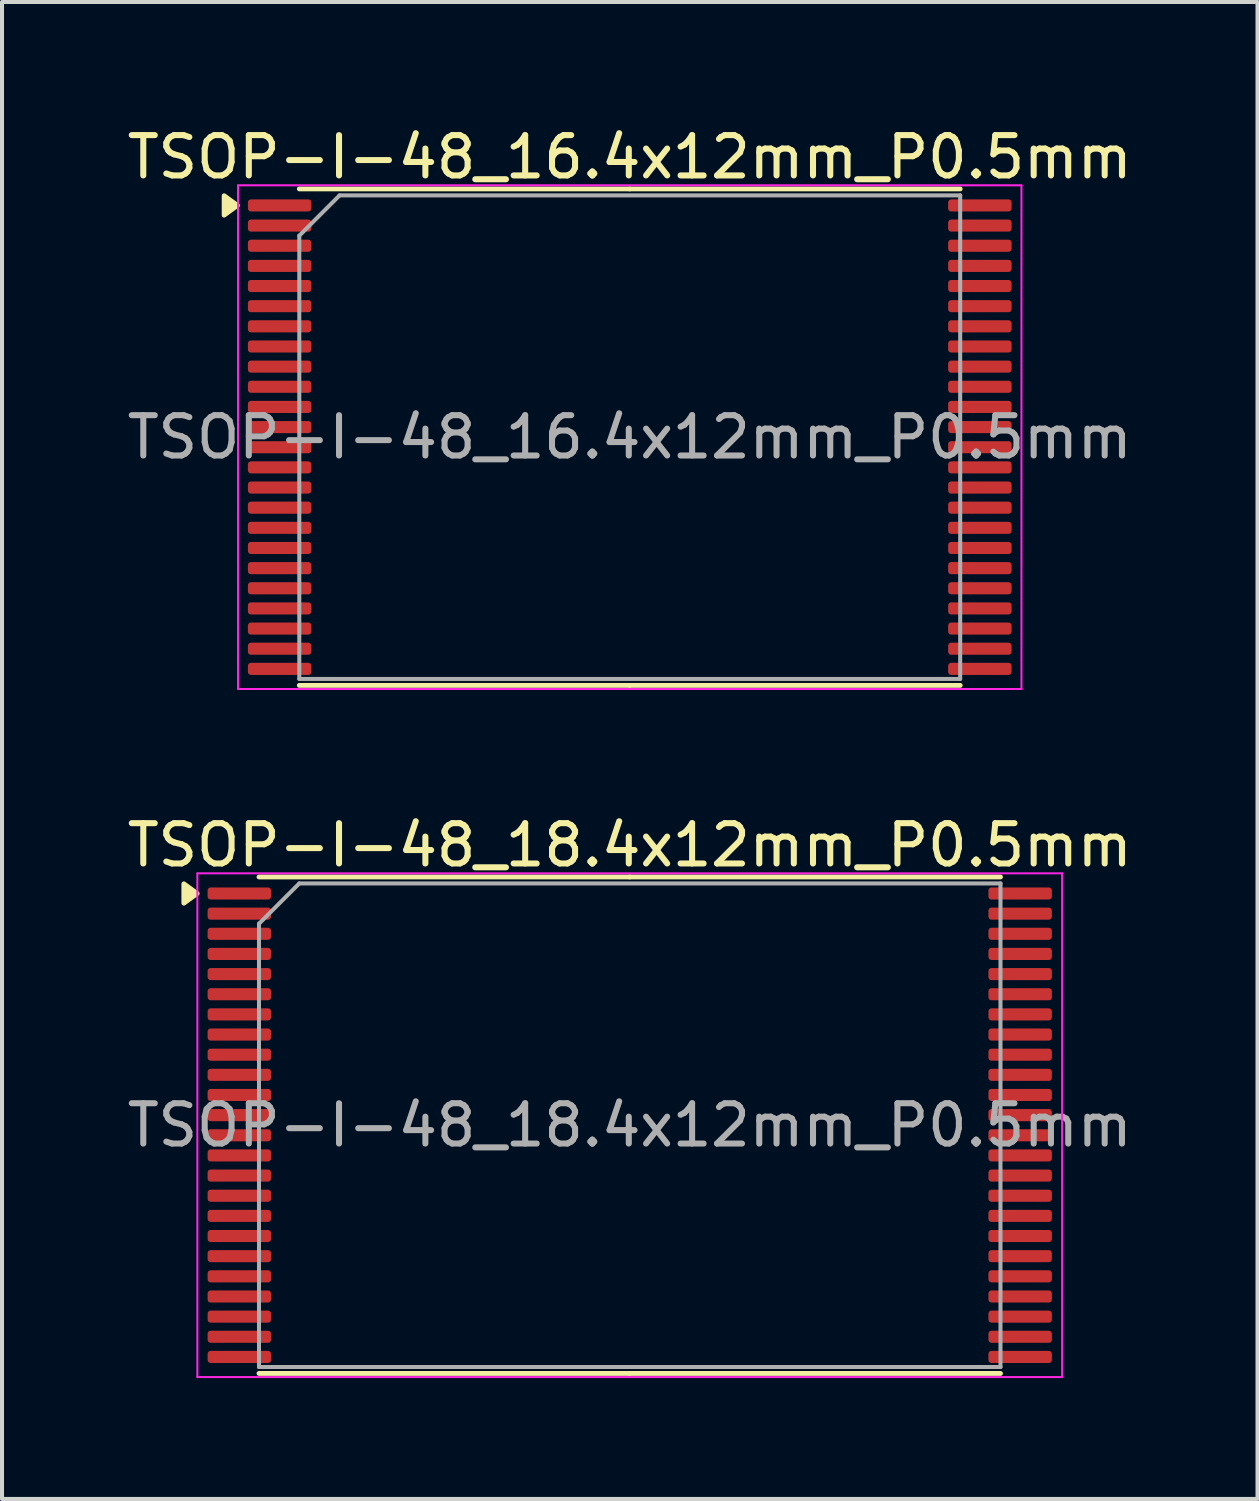
<source format=kicad_pcb>
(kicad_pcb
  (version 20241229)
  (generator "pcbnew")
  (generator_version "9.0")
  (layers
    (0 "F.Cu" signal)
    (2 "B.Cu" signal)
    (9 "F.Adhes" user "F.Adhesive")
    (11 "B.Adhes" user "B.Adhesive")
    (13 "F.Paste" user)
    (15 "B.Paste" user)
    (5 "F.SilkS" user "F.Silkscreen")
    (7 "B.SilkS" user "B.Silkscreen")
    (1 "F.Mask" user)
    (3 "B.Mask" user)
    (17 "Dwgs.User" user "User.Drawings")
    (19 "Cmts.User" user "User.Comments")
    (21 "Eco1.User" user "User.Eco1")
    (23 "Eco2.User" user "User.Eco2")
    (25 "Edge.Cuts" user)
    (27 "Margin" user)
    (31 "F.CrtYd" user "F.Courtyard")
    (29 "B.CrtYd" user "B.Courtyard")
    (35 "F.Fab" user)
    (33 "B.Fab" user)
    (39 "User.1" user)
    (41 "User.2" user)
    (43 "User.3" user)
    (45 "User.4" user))
  (footprint "TSOP-I-48_16.4x12mm_P0.5mm"
    (layer "F.Cu")
    (at 12.577 7.798)
    (property "Reference" "TSOP-I-48_16.4x12mm_P0.5mm" (at 0 -6.95 0) (layer "F.SilkS") (effects (font (size 1 1) (thickness 0.15))))
    (attr smd)
    (fp_line (start 0 -6.16) (end -8.2 -6.16) (stroke (width 0.12) (type solid)) (layer "F.SilkS"))
    (fp_line (start 0 -6.16) (end 8.2 -6.16) (stroke (width 0.12) (type solid)) (layer "F.SilkS"))
    (fp_line (start 0 6.16) (end -8.2 6.16) (stroke (width 0.12) (type solid)) (layer "F.SilkS"))
    (fp_line (start 0 6.16) (end 8.2 6.16) (stroke (width 0.12) (type solid)) (layer "F.SilkS"))
    (fp_poly (pts (xy -9.735 -5.75) (xy -10.065 -5.99) (xy -10.065 -5.51) (xy -9.735 -5.75)) (stroke (width 0.12) (type solid)) (fill yes) (layer "F.SilkS"))
    (fp_line (start -9.72 -6.25) (end -9.72 6.25) (stroke (width 0.05) (type solid)) (layer "F.CrtYd"))
    (fp_line (start -9.72 6.25) (end 9.72 6.25) (stroke (width 0.05) (type solid)) (layer "F.CrtYd"))
    (fp_line (start 9.72 -6.25) (end -9.72 -6.25) (stroke (width 0.05) (type solid)) (layer "F.CrtYd"))
    (fp_line (start 9.72 6.25) (end 9.72 -6.25) (stroke (width 0.05) (type solid)) (layer "F.CrtYd"))
    (fp_line (start -8.2 -5) (end -7.2 -6) (stroke (width 0.1) (type solid)) (layer "F.Fab"))
    (fp_line (start -8.2 6) (end -8.2 -5) (stroke (width 0.1) (type solid)) (layer "F.Fab"))
    (fp_line (start -7.2 -6) (end 8.2 -6) (stroke (width 0.1) (type solid)) (layer "F.Fab"))
    (fp_line (start 8.2 -6) (end 8.2 6) (stroke (width 0.1) (type solid)) (layer "F.Fab"))
    (fp_line (start 8.2 6) (end -8.2 6) (stroke (width 0.1) (type solid)) (layer "F.Fab"))
    (fp_text user "${REFERENCE}" (at 0 0 0) (layer "F.Fab") (effects (font (size 1 1) (thickness 0.15))))
    (pad "1" smd roundrect (at -8.688 -5.75) (size 1.575 0.3) (layers "F.Cu" "F.Mask" "F.Paste") (roundrect_rratio 0.25))
    (pad "2" smd roundrect (at -8.688 -5.25) (size 1.575 0.3) (layers "F.Cu" "F.Mask" "F.Paste") (roundrect_rratio 0.25))
    (pad "3" smd roundrect (at -8.688 -4.75) (size 1.575 0.3) (layers "F.Cu" "F.Mask" "F.Paste") (roundrect_rratio 0.25))
    (pad "4" smd roundrect (at -8.688 -4.25) (size 1.575 0.3) (layers "F.Cu" "F.Mask" "F.Paste") (roundrect_rratio 0.25))
    (pad "5" smd roundrect (at -8.688 -3.75) (size 1.575 0.3) (layers "F.Cu" "F.Mask" "F.Paste") (roundrect_rratio 0.25))
    (pad "6" smd roundrect (at -8.688 -3.25) (size 1.575 0.3) (layers "F.Cu" "F.Mask" "F.Paste") (roundrect_rratio 0.25))
    (pad "7" smd roundrect (at -8.688 -2.75) (size 1.575 0.3) (layers "F.Cu" "F.Mask" "F.Paste") (roundrect_rratio 0.25))
    (pad "8" smd roundrect (at -8.688 -2.25) (size 1.575 0.3) (layers "F.Cu" "F.Mask" "F.Paste") (roundrect_rratio 0.25))
    (pad "9" smd roundrect (at -8.688 -1.75) (size 1.575 0.3) (layers "F.Cu" "F.Mask" "F.Paste") (roundrect_rratio 0.25))
    (pad "10" smd roundrect (at -8.688 -1.25) (size 1.575 0.3) (layers "F.Cu" "F.Mask" "F.Paste") (roundrect_rratio 0.25))
    (pad "11" smd roundrect (at -8.688 -0.75) (size 1.575 0.3) (layers "F.Cu" "F.Mask" "F.Paste") (roundrect_rratio 0.25))
    (pad "12" smd roundrect (at -8.688 -0.25) (size 1.575 0.3) (layers "F.Cu" "F.Mask" "F.Paste") (roundrect_rratio 0.25))
    (pad "13" smd roundrect (at -8.688 0.25) (size 1.575 0.3) (layers "F.Cu" "F.Mask" "F.Paste") (roundrect_rratio 0.25))
    (pad "14" smd roundrect (at -8.688 0.75) (size 1.575 0.3) (layers "F.Cu" "F.Mask" "F.Paste") (roundrect_rratio 0.25))
    (pad "15" smd roundrect (at -8.688 1.25) (size 1.575 0.3) (layers "F.Cu" "F.Mask" "F.Paste") (roundrect_rratio 0.25))
    (pad "16" smd roundrect (at -8.688 1.75) (size 1.575 0.3) (layers "F.Cu" "F.Mask" "F.Paste") (roundrect_rratio 0.25))
    (pad "17" smd roundrect (at -8.688 2.25) (size 1.575 0.3) (layers "F.Cu" "F.Mask" "F.Paste") (roundrect_rratio 0.25))
    (pad "18" smd roundrect (at -8.688 2.75) (size 1.575 0.3) (layers "F.Cu" "F.Mask" "F.Paste") (roundrect_rratio 0.25))
    (pad "19" smd roundrect (at -8.688 3.25) (size 1.575 0.3) (layers "F.Cu" "F.Mask" "F.Paste") (roundrect_rratio 0.25))
    (pad "20" smd roundrect (at -8.688 3.75) (size 1.575 0.3) (layers "F.Cu" "F.Mask" "F.Paste") (roundrect_rratio 0.25))
    (pad "21" smd roundrect (at -8.688 4.25) (size 1.575 0.3) (layers "F.Cu" "F.Mask" "F.Paste") (roundrect_rratio 0.25))
    (pad "22" smd roundrect (at -8.688 4.75) (size 1.575 0.3) (layers "F.Cu" "F.Mask" "F.Paste") (roundrect_rratio 0.25))
    (pad "23" smd roundrect (at -8.688 5.25) (size 1.575 0.3) (layers "F.Cu" "F.Mask" "F.Paste") (roundrect_rratio 0.25))
    (pad "24" smd roundrect (at -8.688 5.75) (size 1.575 0.3) (layers "F.Cu" "F.Mask" "F.Paste") (roundrect_rratio 0.25))
    (pad "25" smd roundrect (at 8.688 5.75) (size 1.575 0.3) (layers "F.Cu" "F.Mask" "F.Paste") (roundrect_rratio 0.25))
    (pad "26" smd roundrect (at 8.688 5.25) (size 1.575 0.3) (layers "F.Cu" "F.Mask" "F.Paste") (roundrect_rratio 0.25))
    (pad "27" smd roundrect (at 8.688 4.75) (size 1.575 0.3) (layers "F.Cu" "F.Mask" "F.Paste") (roundrect_rratio 0.25))
    (pad "28" smd roundrect (at 8.688 4.25) (size 1.575 0.3) (layers "F.Cu" "F.Mask" "F.Paste") (roundrect_rratio 0.25))
    (pad "29" smd roundrect (at 8.688 3.75) (size 1.575 0.3) (layers "F.Cu" "F.Mask" "F.Paste") (roundrect_rratio 0.25))
    (pad "30" smd roundrect (at 8.688 3.25) (size 1.575 0.3) (layers "F.Cu" "F.Mask" "F.Paste") (roundrect_rratio 0.25))
    (pad "31" smd roundrect (at 8.688 2.75) (size 1.575 0.3) (layers "F.Cu" "F.Mask" "F.Paste") (roundrect_rratio 0.25))
    (pad "32" smd roundrect (at 8.688 2.25) (size 1.575 0.3) (layers "F.Cu" "F.Mask" "F.Paste") (roundrect_rratio 0.25))
    (pad "33" smd roundrect (at 8.688 1.75) (size 1.575 0.3) (layers "F.Cu" "F.Mask" "F.Paste") (roundrect_rratio 0.25))
    (pad "34" smd roundrect (at 8.688 1.25) (size 1.575 0.3) (layers "F.Cu" "F.Mask" "F.Paste") (roundrect_rratio 0.25))
    (pad "35" smd roundrect (at 8.688 0.75) (size 1.575 0.3) (layers "F.Cu" "F.Mask" "F.Paste") (roundrect_rratio 0.25))
    (pad "36" smd roundrect (at 8.688 0.25) (size 1.575 0.3) (layers "F.Cu" "F.Mask" "F.Paste") (roundrect_rratio 0.25))
    (pad "37" smd roundrect (at 8.688 -0.25) (size 1.575 0.3) (layers "F.Cu" "F.Mask" "F.Paste") (roundrect_rratio 0.25))
    (pad "38" smd roundrect (at 8.688 -0.75) (size 1.575 0.3) (layers "F.Cu" "F.Mask" "F.Paste") (roundrect_rratio 0.25))
    (pad "39" smd roundrect (at 8.688 -1.25) (size 1.575 0.3) (layers "F.Cu" "F.Mask" "F.Paste") (roundrect_rratio 0.25))
    (pad "40" smd roundrect (at 8.688 -1.75) (size 1.575 0.3) (layers "F.Cu" "F.Mask" "F.Paste") (roundrect_rratio 0.25))
    (pad "41" smd roundrect (at 8.688 -2.25) (size 1.575 0.3) (layers "F.Cu" "F.Mask" "F.Paste") (roundrect_rratio 0.25))
    (pad "42" smd roundrect (at 8.688 -2.75) (size 1.575 0.3) (layers "F.Cu" "F.Mask" "F.Paste") (roundrect_rratio 0.25))
    (pad "43" smd roundrect (at 8.688 -3.25) (size 1.575 0.3) (layers "F.Cu" "F.Mask" "F.Paste") (roundrect_rratio 0.25))
    (pad "44" smd roundrect (at 8.688 -3.75) (size 1.575 0.3) (layers "F.Cu" "F.Mask" "F.Paste") (roundrect_rratio 0.25))
    (pad "45" smd roundrect (at 8.688 -4.25) (size 1.575 0.3) (layers "F.Cu" "F.Mask" "F.Paste") (roundrect_rratio 0.25))
    (pad "46" smd roundrect (at 8.688 -4.75) (size 1.575 0.3) (layers "F.Cu" "F.Mask" "F.Paste") (roundrect_rratio 0.25))
    (pad "47" smd roundrect (at 8.688 -5.25) (size 1.575 0.3) (layers "F.Cu" "F.Mask" "F.Paste") (roundrect_rratio 0.25))
    (pad "48" smd roundrect (at 8.688 -5.75) (size 1.575 0.3) (layers "F.Cu" "F.Mask" "F.Paste") (roundrect_rratio 0.25)))
  (footprint "TSOP-I-48_18.4x12mm_P0.5mm"
    (layer "F.Cu")
    (at 12.577 24.872)
    (property "Reference" "TSOP-I-48_18.4x12mm_P0.5mm" (at 0 -6.95 0) (layer "F.SilkS") (effects (font (size 1 1) (thickness 0.15))))
    (attr smd)
    (fp_line (start 0 -6.16) (end -9.2 -6.16) (stroke (width 0.12) (type solid)) (layer "F.SilkS"))
    (fp_line (start 0 -6.16) (end 9.2 -6.16) (stroke (width 0.12) (type solid)) (layer "F.SilkS"))
    (fp_line (start 0 6.16) (end -9.2 6.16) (stroke (width 0.12) (type solid)) (layer "F.SilkS"))
    (fp_line (start 0 6.16) (end 9.2 6.16) (stroke (width 0.12) (type solid)) (layer "F.SilkS"))
    (fp_poly (pts (xy -10.735 -5.75) (xy -11.065 -5.99) (xy -11.065 -5.51) (xy -10.735 -5.75)) (stroke (width 0.12) (type solid)) (fill yes) (layer "F.SilkS"))
    (fp_line (start -10.73 -6.25) (end -10.73 6.25) (stroke (width 0.05) (type solid)) (layer "F.CrtYd"))
    (fp_line (start -10.73 6.25) (end 10.73 6.25) (stroke (width 0.05) (type solid)) (layer "F.CrtYd"))
    (fp_line (start 10.73 -6.25) (end -10.73 -6.25) (stroke (width 0.05) (type solid)) (layer "F.CrtYd"))
    (fp_line (start 10.73 6.25) (end 10.73 -6.25) (stroke (width 0.05) (type solid)) (layer "F.CrtYd"))
    (fp_line (start -9.2 -5) (end -8.2 -6) (stroke (width 0.1) (type solid)) (layer "F.Fab"))
    (fp_line (start -9.2 6) (end -9.2 -5) (stroke (width 0.1) (type solid)) (layer "F.Fab"))
    (fp_line (start -8.2 -6) (end 9.2 -6) (stroke (width 0.1) (type solid)) (layer "F.Fab"))
    (fp_line (start 9.2 -6) (end 9.2 6) (stroke (width 0.1) (type solid)) (layer "F.Fab"))
    (fp_line (start 9.2 6) (end -9.2 6) (stroke (width 0.1) (type solid)) (layer "F.Fab"))
    (fp_text user "${REFERENCE}" (at 0 0 0) (layer "F.Fab") (effects (font (size 1 1) (thickness 0.15))))
    (pad "1" smd roundrect (at -9.688 -5.75) (size 1.575 0.3) (layers "F.Cu" "F.Mask" "F.Paste") (roundrect_rratio 0.25))
    (pad "2" smd roundrect (at -9.688 -5.25) (size 1.575 0.3) (layers "F.Cu" "F.Mask" "F.Paste") (roundrect_rratio 0.25))
    (pad "3" smd roundrect (at -9.688 -4.75) (size 1.575 0.3) (layers "F.Cu" "F.Mask" "F.Paste") (roundrect_rratio 0.25))
    (pad "4" smd roundrect (at -9.688 -4.25) (size 1.575 0.3) (layers "F.Cu" "F.Mask" "F.Paste") (roundrect_rratio 0.25))
    (pad "5" smd roundrect (at -9.688 -3.75) (size 1.575 0.3) (layers "F.Cu" "F.Mask" "F.Paste") (roundrect_rratio 0.25))
    (pad "6" smd roundrect (at -9.688 -3.25) (size 1.575 0.3) (layers "F.Cu" "F.Mask" "F.Paste") (roundrect_rratio 0.25))
    (pad "7" smd roundrect (at -9.688 -2.75) (size 1.575 0.3) (layers "F.Cu" "F.Mask" "F.Paste") (roundrect_rratio 0.25))
    (pad "8" smd roundrect (at -9.688 -2.25) (size 1.575 0.3) (layers "F.Cu" "F.Mask" "F.Paste") (roundrect_rratio 0.25))
    (pad "9" smd roundrect (at -9.688 -1.75) (size 1.575 0.3) (layers "F.Cu" "F.Mask" "F.Paste") (roundrect_rratio 0.25))
    (pad "10" smd roundrect (at -9.688 -1.25) (size 1.575 0.3) (layers "F.Cu" "F.Mask" "F.Paste") (roundrect_rratio 0.25))
    (pad "11" smd roundrect (at -9.688 -0.75) (size 1.575 0.3) (layers "F.Cu" "F.Mask" "F.Paste") (roundrect_rratio 0.25))
    (pad "12" smd roundrect (at -9.688 -0.25) (size 1.575 0.3) (layers "F.Cu" "F.Mask" "F.Paste") (roundrect_rratio 0.25))
    (pad "13" smd roundrect (at -9.688 0.25) (size 1.575 0.3) (layers "F.Cu" "F.Mask" "F.Paste") (roundrect_rratio 0.25))
    (pad "14" smd roundrect (at -9.688 0.75) (size 1.575 0.3) (layers "F.Cu" "F.Mask" "F.Paste") (roundrect_rratio 0.25))
    (pad "15" smd roundrect (at -9.688 1.25) (size 1.575 0.3) (layers "F.Cu" "F.Mask" "F.Paste") (roundrect_rratio 0.25))
    (pad "16" smd roundrect (at -9.688 1.75) (size 1.575 0.3) (layers "F.Cu" "F.Mask" "F.Paste") (roundrect_rratio 0.25))
    (pad "17" smd roundrect (at -9.688 2.25) (size 1.575 0.3) (layers "F.Cu" "F.Mask" "F.Paste") (roundrect_rratio 0.25))
    (pad "18" smd roundrect (at -9.688 2.75) (size 1.575 0.3) (layers "F.Cu" "F.Mask" "F.Paste") (roundrect_rratio 0.25))
    (pad "19" smd roundrect (at -9.688 3.25) (size 1.575 0.3) (layers "F.Cu" "F.Mask" "F.Paste") (roundrect_rratio 0.25))
    (pad "20" smd roundrect (at -9.688 3.75) (size 1.575 0.3) (layers "F.Cu" "F.Mask" "F.Paste") (roundrect_rratio 0.25))
    (pad "21" smd roundrect (at -9.688 4.25) (size 1.575 0.3) (layers "F.Cu" "F.Mask" "F.Paste") (roundrect_rratio 0.25))
    (pad "22" smd roundrect (at -9.688 4.75) (size 1.575 0.3) (layers "F.Cu" "F.Mask" "F.Paste") (roundrect_rratio 0.25))
    (pad "23" smd roundrect (at -9.688 5.25) (size 1.575 0.3) (layers "F.Cu" "F.Mask" "F.Paste") (roundrect_rratio 0.25))
    (pad "24" smd roundrect (at -9.688 5.75) (size 1.575 0.3) (layers "F.Cu" "F.Mask" "F.Paste") (roundrect_rratio 0.25))
    (pad "25" smd roundrect (at 9.688 5.75) (size 1.575 0.3) (layers "F.Cu" "F.Mask" "F.Paste") (roundrect_rratio 0.25))
    (pad "26" smd roundrect (at 9.688 5.25) (size 1.575 0.3) (layers "F.Cu" "F.Mask" "F.Paste") (roundrect_rratio 0.25))
    (pad "27" smd roundrect (at 9.688 4.75) (size 1.575 0.3) (layers "F.Cu" "F.Mask" "F.Paste") (roundrect_rratio 0.25))
    (pad "28" smd roundrect (at 9.688 4.25) (size 1.575 0.3) (layers "F.Cu" "F.Mask" "F.Paste") (roundrect_rratio 0.25))
    (pad "29" smd roundrect (at 9.688 3.75) (size 1.575 0.3) (layers "F.Cu" "F.Mask" "F.Paste") (roundrect_rratio 0.25))
    (pad "30" smd roundrect (at 9.688 3.25) (size 1.575 0.3) (layers "F.Cu" "F.Mask" "F.Paste") (roundrect_rratio 0.25))
    (pad "31" smd roundrect (at 9.688 2.75) (size 1.575 0.3) (layers "F.Cu" "F.Mask" "F.Paste") (roundrect_rratio 0.25))
    (pad "32" smd roundrect (at 9.688 2.25) (size 1.575 0.3) (layers "F.Cu" "F.Mask" "F.Paste") (roundrect_rratio 0.25))
    (pad "33" smd roundrect (at 9.688 1.75) (size 1.575 0.3) (layers "F.Cu" "F.Mask" "F.Paste") (roundrect_rratio 0.25))
    (pad "34" smd roundrect (at 9.688 1.25) (size 1.575 0.3) (layers "F.Cu" "F.Mask" "F.Paste") (roundrect_rratio 0.25))
    (pad "35" smd roundrect (at 9.688 0.75) (size 1.575 0.3) (layers "F.Cu" "F.Mask" "F.Paste") (roundrect_rratio 0.25))
    (pad "36" smd roundrect (at 9.688 0.25) (size 1.575 0.3) (layers "F.Cu" "F.Mask" "F.Paste") (roundrect_rratio 0.25))
    (pad "37" smd roundrect (at 9.688 -0.25) (size 1.575 0.3) (layers "F.Cu" "F.Mask" "F.Paste") (roundrect_rratio 0.25))
    (pad "38" smd roundrect (at 9.688 -0.75) (size 1.575 0.3) (layers "F.Cu" "F.Mask" "F.Paste") (roundrect_rratio 0.25))
    (pad "39" smd roundrect (at 9.688 -1.25) (size 1.575 0.3) (layers "F.Cu" "F.Mask" "F.Paste") (roundrect_rratio 0.25))
    (pad "40" smd roundrect (at 9.688 -1.75) (size 1.575 0.3) (layers "F.Cu" "F.Mask" "F.Paste") (roundrect_rratio 0.25))
    (pad "41" smd roundrect (at 9.688 -2.25) (size 1.575 0.3) (layers "F.Cu" "F.Mask" "F.Paste") (roundrect_rratio 0.25))
    (pad "42" smd roundrect (at 9.688 -2.75) (size 1.575 0.3) (layers "F.Cu" "F.Mask" "F.Paste") (roundrect_rratio 0.25))
    (pad "43" smd roundrect (at 9.688 -3.25) (size 1.575 0.3) (layers "F.Cu" "F.Mask" "F.Paste") (roundrect_rratio 0.25))
    (pad "44" smd roundrect (at 9.688 -3.75) (size 1.575 0.3) (layers "F.Cu" "F.Mask" "F.Paste") (roundrect_rratio 0.25))
    (pad "45" smd roundrect (at 9.688 -4.25) (size 1.575 0.3) (layers "F.Cu" "F.Mask" "F.Paste") (roundrect_rratio 0.25))
    (pad "46" smd roundrect (at 9.688 -4.75) (size 1.575 0.3) (layers "F.Cu" "F.Mask" "F.Paste") (roundrect_rratio 0.25))
    (pad "47" smd roundrect (at 9.688 -5.25) (size 1.575 0.3) (layers "F.Cu" "F.Mask" "F.Paste") (roundrect_rratio 0.25))
    (pad "48" smd roundrect (at 9.688 -5.75) (size 1.575 0.3) (layers "F.Cu" "F.Mask" "F.Paste") (roundrect_rratio 0.25)))
  (gr_rect
    (start -3 -3)
    (end 28.155 34.147)
    (stroke (width 0.1) (type default))
    (fill no)
    (layer "Edge.Cuts")))
</source>
